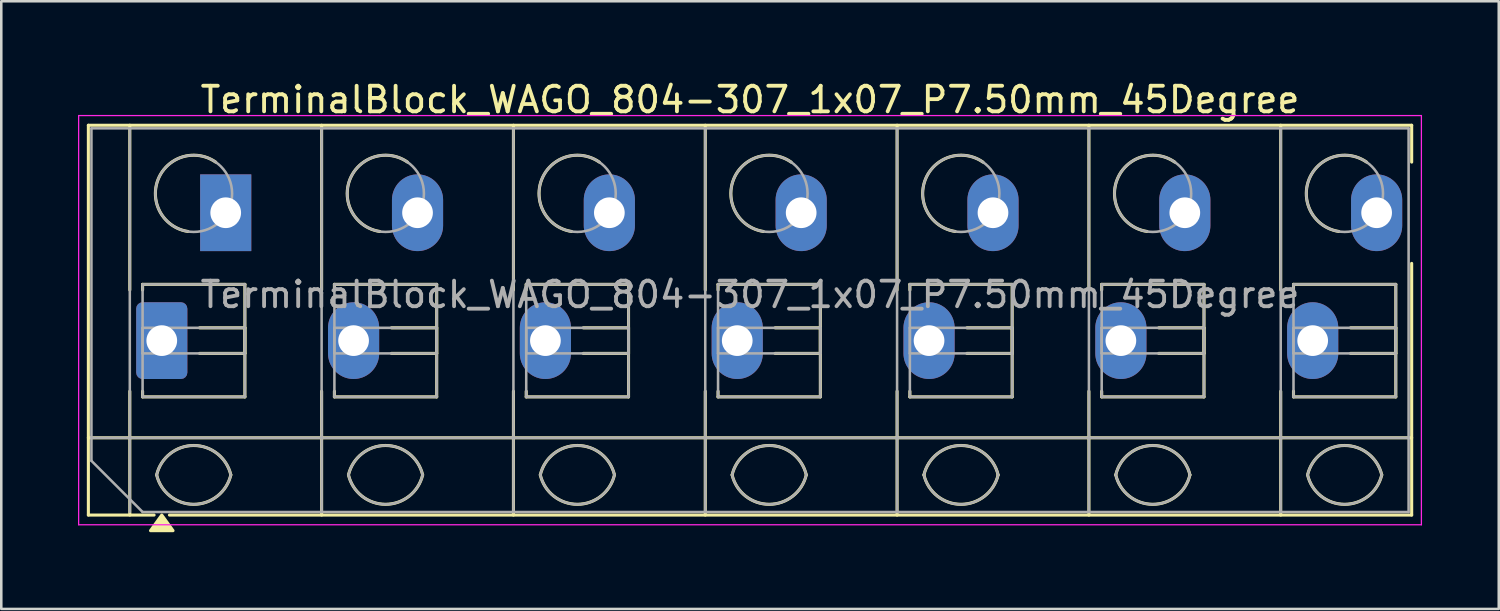
<source format=kicad_pcb>
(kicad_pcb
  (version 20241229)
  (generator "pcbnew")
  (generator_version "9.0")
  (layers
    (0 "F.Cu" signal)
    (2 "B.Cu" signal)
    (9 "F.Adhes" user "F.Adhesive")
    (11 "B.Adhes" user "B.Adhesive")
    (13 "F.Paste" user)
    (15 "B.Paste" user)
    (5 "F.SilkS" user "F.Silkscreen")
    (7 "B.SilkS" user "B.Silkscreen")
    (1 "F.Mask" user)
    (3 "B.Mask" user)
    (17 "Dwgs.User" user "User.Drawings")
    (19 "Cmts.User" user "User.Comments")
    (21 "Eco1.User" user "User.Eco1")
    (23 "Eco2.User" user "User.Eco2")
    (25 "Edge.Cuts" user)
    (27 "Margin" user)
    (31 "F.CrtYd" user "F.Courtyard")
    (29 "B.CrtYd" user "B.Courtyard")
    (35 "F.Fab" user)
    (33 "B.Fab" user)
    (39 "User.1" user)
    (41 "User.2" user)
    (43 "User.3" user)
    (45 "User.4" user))
  (footprint "TerminalBlock_WAGO_804-307_1x07_P7.50mm_45Degree"
    (layer "F.Cu")
    (at 3.275 10.268)
    (property "Reference" "TerminalBlock_WAGO_804-307_1x07_P7.50mm_45Degree" (at 23 -9.42 0) (layer "F.SilkS") (effects (font (size 1 1) (thickness 0.15))))
    (attr through_hole)
    (fp_line (start -2.87 -8.42) (end -2.87 6.82) (stroke (width 0.12) (type solid)) (layer "F.SilkS"))
    (fp_line (start -2.87 -8.42) (end 48.87 -8.42) (stroke (width 0.12) (type solid)) (layer "F.SilkS"))
    (fp_line (start -2.87 3.8) (end 48.87 3.8) (stroke (width 0.12) (type solid)) (layer "F.SilkS"))
    (fp_line (start -2.87 6.82) (end -0.3 6.82) (stroke (width 0.12) (type solid)) (layer "F.SilkS"))
    (fp_line (start -1.25 -8.42) (end -1.25 -1.98) (stroke (width 0.12) (type solid)) (layer "F.SilkS"))
    (fp_line (start -1.25 1.98) (end -1.25 6.82) (stroke (width 0.12) (type solid)) (layer "F.SilkS"))
    (fp_line (start -0.75 -2.2) (end -0.75 -1.98) (stroke (width 0.12) (type solid)) (layer "F.SilkS"))
    (fp_line (start -0.75 -2.2) (end 3.25 -2.2) (stroke (width 0.12) (type solid)) (layer "F.SilkS"))
    (fp_line (start -0.75 1.98) (end -0.75 2.2) (stroke (width 0.12) (type solid)) (layer "F.SilkS"))
    (fp_line (start -0.75 2.2) (end 3.25 2.2) (stroke (width 0.12) (type solid)) (layer "F.SilkS"))
    (fp_line (start 0.3 6.82) (end 48.87 6.82) (stroke (width 0.12) (type solid)) (layer "F.SilkS"))
    (fp_line (start 1.48 -0.5) (end 3.25 -0.5) (stroke (width 0.12) (type solid)) (layer "F.SilkS"))
    (fp_line (start 1.48 0.5) (end 3.25 0.5) (stroke (width 0.12) (type solid)) (layer "F.SilkS"))
    (fp_line (start 3.25 -2.2) (end 3.25 2.2) (stroke (width 0.12) (type solid)) (layer "F.SilkS"))
    (fp_line (start 3.25 -0.5) (end 3.25 0.5) (stroke (width 0.12) (type solid)) (layer "F.SilkS"))
    (fp_line (start 6.25 -8.42) (end 6.25 -1.98) (stroke (width 0.12) (type solid)) (layer "F.SilkS"))
    (fp_line (start 6.25 1.98) (end 6.25 6.82) (stroke (width 0.12) (type solid)) (layer "F.SilkS"))
    (fp_line (start 6.75 -2.2) (end 6.75 -1.98) (stroke (width 0.12) (type solid)) (layer "F.SilkS"))
    (fp_line (start 6.75 -2.2) (end 10.75 -2.2) (stroke (width 0.12) (type solid)) (layer "F.SilkS"))
    (fp_line (start 6.75 1.98) (end 6.75 2.2) (stroke (width 0.12) (type solid)) (layer "F.SilkS"))
    (fp_line (start 6.75 2.2) (end 10.75 2.2) (stroke (width 0.12) (type solid)) (layer "F.SilkS"))
    (fp_line (start 8.98 -0.5) (end 10.75 -0.5) (stroke (width 0.12) (type solid)) (layer "F.SilkS"))
    (fp_line (start 8.98 0.5) (end 10.75 0.5) (stroke (width 0.12) (type solid)) (layer "F.SilkS"))
    (fp_line (start 10.75 -2.2) (end 10.75 2.2) (stroke (width 0.12) (type solid)) (layer "F.SilkS"))
    (fp_line (start 10.75 -0.5) (end 10.75 0.5) (stroke (width 0.12) (type solid)) (layer "F.SilkS"))
    (fp_line (start 13.75 -8.42) (end 13.75 -1.98) (stroke (width 0.12) (type solid)) (layer "F.SilkS"))
    (fp_line (start 13.75 1.98) (end 13.75 6.82) (stroke (width 0.12) (type solid)) (layer "F.SilkS"))
    (fp_line (start 14.25 -2.2) (end 14.25 -1.98) (stroke (width 0.12) (type solid)) (layer "F.SilkS"))
    (fp_line (start 14.25 -2.2) (end 18.25 -2.2) (stroke (width 0.12) (type solid)) (layer "F.SilkS"))
    (fp_line (start 14.25 1.98) (end 14.25 2.2) (stroke (width 0.12) (type solid)) (layer "F.SilkS"))
    (fp_line (start 14.25 2.2) (end 18.25 2.2) (stroke (width 0.12) (type solid)) (layer "F.SilkS"))
    (fp_line (start 16.48 -0.5) (end 18.25 -0.5) (stroke (width 0.12) (type solid)) (layer "F.SilkS"))
    (fp_line (start 16.48 0.5) (end 18.25 0.5) (stroke (width 0.12) (type solid)) (layer "F.SilkS"))
    (fp_line (start 18.25 -2.2) (end 18.25 2.2) (stroke (width 0.12) (type solid)) (layer "F.SilkS"))
    (fp_line (start 18.25 -0.5) (end 18.25 0.5) (stroke (width 0.12) (type solid)) (layer "F.SilkS"))
    (fp_line (start 21.25 -8.42) (end 21.25 -1.98) (stroke (width 0.12) (type solid)) (layer "F.SilkS"))
    (fp_line (start 21.25 1.98) (end 21.25 6.82) (stroke (width 0.12) (type solid)) (layer "F.SilkS"))
    (fp_line (start 21.75 -2.2) (end 21.75 -1.98) (stroke (width 0.12) (type solid)) (layer "F.SilkS"))
    (fp_line (start 21.75 -2.2) (end 25.75 -2.2) (stroke (width 0.12) (type solid)) (layer "F.SilkS"))
    (fp_line (start 21.75 1.98) (end 21.75 2.2) (stroke (width 0.12) (type solid)) (layer "F.SilkS"))
    (fp_line (start 21.75 2.2) (end 25.75 2.2) (stroke (width 0.12) (type solid)) (layer "F.SilkS"))
    (fp_line (start 23.98 -0.5) (end 25.75 -0.5) (stroke (width 0.12) (type solid)) (layer "F.SilkS"))
    (fp_line (start 23.98 0.5) (end 25.75 0.5) (stroke (width 0.12) (type solid)) (layer "F.SilkS"))
    (fp_line (start 25.75 -2.2) (end 25.75 2.2) (stroke (width 0.12) (type solid)) (layer "F.SilkS"))
    (fp_line (start 25.75 -0.5) (end 25.75 0.5) (stroke (width 0.12) (type solid)) (layer "F.SilkS"))
    (fp_line (start 28.75 -8.42) (end 28.75 -1.98) (stroke (width 0.12) (type solid)) (layer "F.SilkS"))
    (fp_line (start 28.75 1.98) (end 28.75 6.82) (stroke (width 0.12) (type solid)) (layer "F.SilkS"))
    (fp_line (start 29.25 -2.2) (end 29.25 -1.98) (stroke (width 0.12) (type solid)) (layer "F.SilkS"))
    (fp_line (start 29.25 -2.2) (end 33.25 -2.2) (stroke (width 0.12) (type solid)) (layer "F.SilkS"))
    (fp_line (start 29.25 1.98) (end 29.25 2.2) (stroke (width 0.12) (type solid)) (layer "F.SilkS"))
    (fp_line (start 29.25 2.2) (end 33.25 2.2) (stroke (width 0.12) (type solid)) (layer "F.SilkS"))
    (fp_line (start 31.48 -0.5) (end 33.25 -0.5) (stroke (width 0.12) (type solid)) (layer "F.SilkS"))
    (fp_line (start 31.48 0.5) (end 33.25 0.5) (stroke (width 0.12) (type solid)) (layer "F.SilkS"))
    (fp_line (start 33.25 -2.2) (end 33.25 2.2) (stroke (width 0.12) (type solid)) (layer "F.SilkS"))
    (fp_line (start 33.25 -0.5) (end 33.25 0.5) (stroke (width 0.12) (type solid)) (layer "F.SilkS"))
    (fp_line (start 36.25 -8.42) (end 36.25 -1.98) (stroke (width 0.12) (type solid)) (layer "F.SilkS"))
    (fp_line (start 36.25 1.98) (end 36.25 6.82) (stroke (width 0.12) (type solid)) (layer "F.SilkS"))
    (fp_line (start 36.75 -2.2) (end 36.75 -1.98) (stroke (width 0.12) (type solid)) (layer "F.SilkS"))
    (fp_line (start 36.75 -2.2) (end 40.75 -2.2) (stroke (width 0.12) (type solid)) (layer "F.SilkS"))
    (fp_line (start 36.75 1.98) (end 36.75 2.2) (stroke (width 0.12) (type solid)) (layer "F.SilkS"))
    (fp_line (start 36.75 2.2) (end 40.75 2.2) (stroke (width 0.12) (type solid)) (layer "F.SilkS"))
    (fp_line (start 38.98 -0.5) (end 40.75 -0.5) (stroke (width 0.12) (type solid)) (layer "F.SilkS"))
    (fp_line (start 38.98 0.5) (end 40.75 0.5) (stroke (width 0.12) (type solid)) (layer "F.SilkS"))
    (fp_line (start 40.75 -2.2) (end 40.75 2.2) (stroke (width 0.12) (type solid)) (layer "F.SilkS"))
    (fp_line (start 40.75 -0.5) (end 40.75 0.5) (stroke (width 0.12) (type solid)) (layer "F.SilkS"))
    (fp_line (start 43.75 -8.42) (end 43.75 -1.98) (stroke (width 0.12) (type solid)) (layer "F.SilkS"))
    (fp_line (start 43.75 1.98) (end 43.75 6.82) (stroke (width 0.12) (type solid)) (layer "F.SilkS"))
    (fp_line (start 44.25 -2.2) (end 44.25 -1.98) (stroke (width 0.12) (type solid)) (layer "F.SilkS"))
    (fp_line (start 44.25 -2.2) (end 48.25 -2.2) (stroke (width 0.12) (type solid)) (layer "F.SilkS"))
    (fp_line (start 44.25 1.98) (end 44.25 2.2) (stroke (width 0.12) (type solid)) (layer "F.SilkS"))
    (fp_line (start 44.25 2.2) (end 48.25 2.2) (stroke (width 0.12) (type solid)) (layer "F.SilkS"))
    (fp_line (start 46.48 -0.5) (end 48.25 -0.5) (stroke (width 0.12) (type solid)) (layer "F.SilkS"))
    (fp_line (start 46.48 0.5) (end 48.25 0.5) (stroke (width 0.12) (type solid)) (layer "F.SilkS"))
    (fp_line (start 48.25 -2.2) (end 48.25 2.2) (stroke (width 0.12) (type solid)) (layer "F.SilkS"))
    (fp_line (start 48.25 -0.5) (end 48.25 0.5) (stroke (width 0.12) (type solid)) (layer "F.SilkS"))
    (fp_line (start 48.87 -8.42) (end 48.87 -6.98) (stroke (width 0.12) (type solid)) (layer "F.SilkS"))
    (fp_line (start 48.87 -3.02) (end 48.87 6.82) (stroke (width 0.12) (type solid)) (layer "F.SilkS"))
    (fp_arc (start -0.199942 5.249753) (mid 1.250127 4.099899) (end 2.7 5.25) (stroke (width 0.12) (type solid)) (layer "F.SilkS"))
    (fp_arc (start 1.02 -4.268) (mid -0.141815 -6.308637) (end 2.10843 -6.979765) (stroke (width 0.12) (type solid)) (layer "F.SilkS"))
    (fp_arc (start 2.7 5.25) (mid 1.250127 6.400101) (end -0.199942 5.250247) (stroke (width 0.12) (type solid)) (layer "F.SilkS"))
    (fp_arc (start 7.300058 5.249753) (mid 8.750127 4.099899) (end 10.2 5.25) (stroke (width 0.12) (type solid)) (layer "F.SilkS"))
    (fp_arc (start 8.52 -4.268) (mid 7.358185 -6.308637) (end 9.60843 -6.979765) (stroke (width 0.12) (type solid)) (layer "F.SilkS"))
    (fp_arc (start 10.2 5.25) (mid 8.750127 6.400101) (end 7.300058 5.250247) (stroke (width 0.12) (type solid)) (layer "F.SilkS"))
    (fp_arc (start 14.800058 5.249753) (mid 16.250127 4.099899) (end 17.7 5.25) (stroke (width 0.12) (type solid)) (layer "F.SilkS"))
    (fp_arc (start 16.02 -4.268) (mid 14.858185 -6.308637) (end 17.10843 -6.979765) (stroke (width 0.12) (type solid)) (layer "F.SilkS"))
    (fp_arc (start 17.7 5.25) (mid 16.250127 6.400101) (end 14.800058 5.250247) (stroke (width 0.12) (type solid)) (layer "F.SilkS"))
    (fp_arc (start 22.300058 5.249753) (mid 23.750127 4.099899) (end 25.2 5.25) (stroke (width 0.12) (type solid)) (layer "F.SilkS"))
    (fp_arc (start 23.52 -4.268) (mid 22.358185 -6.308637) (end 24.60843 -6.979765) (stroke (width 0.12) (type solid)) (layer "F.SilkS"))
    (fp_arc (start 25.2 5.25) (mid 23.750127 6.400101) (end 22.300058 5.250247) (stroke (width 0.12) (type solid)) (layer "F.SilkS"))
    (fp_arc (start 29.800058 5.249753) (mid 31.250127 4.099899) (end 32.7 5.25) (stroke (width 0.12) (type solid)) (layer "F.SilkS"))
    (fp_arc (start 31.02 -4.268) (mid 29.858185 -6.308637) (end 32.10843 -6.979765) (stroke (width 0.12) (type solid)) (layer "F.SilkS"))
    (fp_arc (start 32.7 5.25) (mid 31.250127 6.400101) (end 29.800058 5.250247) (stroke (width 0.12) (type solid)) (layer "F.SilkS"))
    (fp_arc (start 37.300058 5.249753) (mid 38.750127 4.099899) (end 40.2 5.25) (stroke (width 0.12) (type solid)) (layer "F.SilkS"))
    (fp_arc (start 38.52 -4.268) (mid 37.358185 -6.308637) (end 39.60843 -6.979765) (stroke (width 0.12) (type solid)) (layer "F.SilkS"))
    (fp_arc (start 40.2 5.25) (mid 38.750127 6.400101) (end 37.300058 5.250247) (stroke (width 0.12) (type solid)) (layer "F.SilkS"))
    (fp_arc (start 44.800058 5.249753) (mid 46.250127 4.099899) (end 47.7 5.25) (stroke (width 0.12) (type solid)) (layer "F.SilkS"))
    (fp_arc (start 46.02 -4.268) (mid 44.858185 -6.308637) (end 47.10843 -6.979765) (stroke (width 0.12) (type solid)) (layer "F.SilkS"))
    (fp_arc (start 47.7 5.25) (mid 46.250127 6.400101) (end 44.800058 5.250247) (stroke (width 0.12) (type solid)) (layer "F.SilkS"))
    (fp_poly (pts (xy 0 6.82) (xy 0.44 7.43) (xy -0.44 7.43)) (stroke (width 0.12) (type solid)) (fill yes) (layer "F.SilkS"))
    (fp_line (start -3.25 -8.8) (end -3.25 7.2) (stroke (width 0.05) (type solid)) (layer "F.CrtYd"))
    (fp_line (start -3.25 7.2) (end 49.25 7.2) (stroke (width 0.05) (type solid)) (layer "F.CrtYd"))
    (fp_line (start 49.25 -8.8) (end -3.25 -8.8) (stroke (width 0.05) (type solid)) (layer "F.CrtYd"))
    (fp_line (start 49.25 7.2) (end 49.25 -8.8) (stroke (width 0.05) (type solid)) (layer "F.CrtYd"))
    (fp_line (start -2.75 -8.3) (end 48.75 -8.3) (stroke (width 0.1) (type solid)) (layer "F.Fab"))
    (fp_line (start -2.75 3.8) (end 48.75 3.8) (stroke (width 0.1) (type solid)) (layer "F.Fab"))
    (fp_line (start -2.75 4.7) (end -2.75 -8.3) (stroke (width 0.1) (type solid)) (layer "F.Fab"))
    (fp_line (start -1.25 -8.3) (end -1.25 6.7) (stroke (width 0.1) (type solid)) (layer "F.Fab"))
    (fp_line (start -0.75 -2.2) (end -0.75 2.2) (stroke (width 0.1) (type solid)) (layer "F.Fab"))
    (fp_line (start -0.75 -0.5) (end -0.75 0.5) (stroke (width 0.1) (type solid)) (layer "F.Fab"))
    (fp_line (start -0.75 0.5) (end 3.25 0.5) (stroke (width 0.1) (type solid)) (layer "F.Fab"))
    (fp_line (start -0.75 2.2) (end 3.25 2.2) (stroke (width 0.1) (type solid)) (layer "F.Fab"))
    (fp_line (start -0.75 6.7) (end -2.75 4.7) (stroke (width 0.1) (type solid)) (layer "F.Fab"))
    (fp_line (start 3.25 -2.2) (end -0.75 -2.2) (stroke (width 0.1) (type solid)) (layer "F.Fab"))
    (fp_line (start 3.25 -0.5) (end -0.75 -0.5) (stroke (width 0.1) (type solid)) (layer "F.Fab"))
    (fp_line (start 3.25 0.5) (end 3.25 -0.5) (stroke (width 0.1) (type solid)) (layer "F.Fab"))
    (fp_line (start 3.25 2.2) (end 3.25 -2.2) (stroke (width 0.1) (type solid)) (layer "F.Fab"))
    (fp_line (start 6.25 -8.3) (end 6.25 6.7) (stroke (width 0.1) (type solid)) (layer "F.Fab"))
    (fp_line (start 6.75 -2.2) (end 6.75 2.2) (stroke (width 0.1) (type solid)) (layer "F.Fab"))
    (fp_line (start 6.75 -0.5) (end 6.75 0.5) (stroke (width 0.1) (type solid)) (layer "F.Fab"))
    (fp_line (start 6.75 0.5) (end 10.75 0.5) (stroke (width 0.1) (type solid)) (layer "F.Fab"))
    (fp_line (start 6.75 2.2) (end 10.75 2.2) (stroke (width 0.1) (type solid)) (layer "F.Fab"))
    (fp_line (start 10.75 -2.2) (end 6.75 -2.2) (stroke (width 0.1) (type solid)) (layer "F.Fab"))
    (fp_line (start 10.75 -0.5) (end 6.75 -0.5) (stroke (width 0.1) (type solid)) (layer "F.Fab"))
    (fp_line (start 10.75 0.5) (end 10.75 -0.5) (stroke (width 0.1) (type solid)) (layer "F.Fab"))
    (fp_line (start 10.75 2.2) (end 10.75 -2.2) (stroke (width 0.1) (type solid)) (layer "F.Fab"))
    (fp_line (start 13.75 -8.3) (end 13.75 6.7) (stroke (width 0.1) (type solid)) (layer "F.Fab"))
    (fp_line (start 14.25 -2.2) (end 14.25 2.2) (stroke (width 0.1) (type solid)) (layer "F.Fab"))
    (fp_line (start 14.25 -0.5) (end 14.25 0.5) (stroke (width 0.1) (type solid)) (layer "F.Fab"))
    (fp_line (start 14.25 0.5) (end 18.25 0.5) (stroke (width 0.1) (type solid)) (layer "F.Fab"))
    (fp_line (start 14.25 2.2) (end 18.25 2.2) (stroke (width 0.1) (type solid)) (layer "F.Fab"))
    (fp_line (start 18.25 -2.2) (end 14.25 -2.2) (stroke (width 0.1) (type solid)) (layer "F.Fab"))
    (fp_line (start 18.25 -0.5) (end 14.25 -0.5) (stroke (width 0.1) (type solid)) (layer "F.Fab"))
    (fp_line (start 18.25 0.5) (end 18.25 -0.5) (stroke (width 0.1) (type solid)) (layer "F.Fab"))
    (fp_line (start 18.25 2.2) (end 18.25 -2.2) (stroke (width 0.1) (type solid)) (layer "F.Fab"))
    (fp_line (start 21.25 -8.3) (end 21.25 6.7) (stroke (width 0.1) (type solid)) (layer "F.Fab"))
    (fp_line (start 21.75 -2.2) (end 21.75 2.2) (stroke (width 0.1) (type solid)) (layer "F.Fab"))
    (fp_line (start 21.75 -0.5) (end 21.75 0.5) (stroke (width 0.1) (type solid)) (layer "F.Fab"))
    (fp_line (start 21.75 0.5) (end 25.75 0.5) (stroke (width 0.1) (type solid)) (layer "F.Fab"))
    (fp_line (start 21.75 2.2) (end 25.75 2.2) (stroke (width 0.1) (type solid)) (layer "F.Fab"))
    (fp_line (start 25.75 -2.2) (end 21.75 -2.2) (stroke (width 0.1) (type solid)) (layer "F.Fab"))
    (fp_line (start 25.75 -0.5) (end 21.75 -0.5) (stroke (width 0.1) (type solid)) (layer "F.Fab"))
    (fp_line (start 25.75 0.5) (end 25.75 -0.5) (stroke (width 0.1) (type solid)) (layer "F.Fab"))
    (fp_line (start 25.75 2.2) (end 25.75 -2.2) (stroke (width 0.1) (type solid)) (layer "F.Fab"))
    (fp_line (start 28.75 -8.3) (end 28.75 6.7) (stroke (width 0.1) (type solid)) (layer "F.Fab"))
    (fp_line (start 29.25 -2.2) (end 29.25 2.2) (stroke (width 0.1) (type solid)) (layer "F.Fab"))
    (fp_line (start 29.25 -0.5) (end 29.25 0.5) (stroke (width 0.1) (type solid)) (layer "F.Fab"))
    (fp_line (start 29.25 0.5) (end 33.25 0.5) (stroke (width 0.1) (type solid)) (layer "F.Fab"))
    (fp_line (start 29.25 2.2) (end 33.25 2.2) (stroke (width 0.1) (type solid)) (layer "F.Fab"))
    (fp_line (start 33.25 -2.2) (end 29.25 -2.2) (stroke (width 0.1) (type solid)) (layer "F.Fab"))
    (fp_line (start 33.25 -0.5) (end 29.25 -0.5) (stroke (width 0.1) (type solid)) (layer "F.Fab"))
    (fp_line (start 33.25 0.5) (end 33.25 -0.5) (stroke (width 0.1) (type solid)) (layer "F.Fab"))
    (fp_line (start 33.25 2.2) (end 33.25 -2.2) (stroke (width 0.1) (type solid)) (layer "F.Fab"))
    (fp_line (start 36.25 -8.3) (end 36.25 6.7) (stroke (width 0.1) (type solid)) (layer "F.Fab"))
    (fp_line (start 36.75 -2.2) (end 36.75 2.2) (stroke (width 0.1) (type solid)) (layer "F.Fab"))
    (fp_line (start 36.75 -0.5) (end 36.75 0.5) (stroke (width 0.1) (type solid)) (layer "F.Fab"))
    (fp_line (start 36.75 0.5) (end 40.75 0.5) (stroke (width 0.1) (type solid)) (layer "F.Fab"))
    (fp_line (start 36.75 2.2) (end 40.75 2.2) (stroke (width 0.1) (type solid)) (layer "F.Fab"))
    (fp_line (start 40.75 -2.2) (end 36.75 -2.2) (stroke (width 0.1) (type solid)) (layer "F.Fab"))
    (fp_line (start 40.75 -0.5) (end 36.75 -0.5) (stroke (width 0.1) (type solid)) (layer "F.Fab"))
    (fp_line (start 40.75 0.5) (end 40.75 -0.5) (stroke (width 0.1) (type solid)) (layer "F.Fab"))
    (fp_line (start 40.75 2.2) (end 40.75 -2.2) (stroke (width 0.1) (type solid)) (layer "F.Fab"))
    (fp_line (start 43.75 -8.3) (end 43.75 6.7) (stroke (width 0.1) (type solid)) (layer "F.Fab"))
    (fp_line (start 44.25 -2.2) (end 44.25 2.2) (stroke (width 0.1) (type solid)) (layer "F.Fab"))
    (fp_line (start 44.25 -0.5) (end 44.25 0.5) (stroke (width 0.1) (type solid)) (layer "F.Fab"))
    (fp_line (start 44.25 0.5) (end 48.25 0.5) (stroke (width 0.1) (type solid)) (layer "F.Fab"))
    (fp_line (start 44.25 2.2) (end 48.25 2.2) (stroke (width 0.1) (type solid)) (layer "F.Fab"))
    (fp_line (start 48.25 -2.2) (end 44.25 -2.2) (stroke (width 0.1) (type solid)) (layer "F.Fab"))
    (fp_line (start 48.25 -0.5) (end 44.25 -0.5) (stroke (width 0.1) (type solid)) (layer "F.Fab"))
    (fp_line (start 48.25 0.5) (end 48.25 -0.5) (stroke (width 0.1) (type solid)) (layer "F.Fab"))
    (fp_line (start 48.25 2.2) (end 48.25 -2.2) (stroke (width 0.1) (type solid)) (layer "F.Fab"))
    (fp_line (start 48.75 -8.3) (end 48.75 6.7) (stroke (width 0.1) (type solid)) (layer "F.Fab"))
    (fp_line (start 48.75 6.7) (end -0.75 6.7) (stroke (width 0.1) (type solid)) (layer "F.Fab"))
    (fp_arc (start -0.200386 5.251649) (mid 1.249153 4.100672) (end 2.7 5.25) (stroke (width 0.1) (type solid)) (layer "F.Fab"))
    (fp_arc (start 2.7 5.25) (mid 1.250127 6.400101) (end -0.199942 5.250247) (stroke (width 0.1) (type solid)) (layer "F.Fab"))
    (fp_arc (start 7.299614 5.251649) (mid 8.749153 4.100672) (end 10.2 5.25) (stroke (width 0.1) (type solid)) (layer "F.Fab"))
    (fp_arc (start 10.2 5.25) (mid 8.750127 6.400101) (end 7.300058 5.250247) (stroke (width 0.1) (type solid)) (layer "F.Fab"))
    (fp_arc (start 14.799614 5.251649) (mid 16.249153 4.100672) (end 17.7 5.25) (stroke (width 0.1) (type solid)) (layer "F.Fab"))
    (fp_arc (start 17.7 5.25) (mid 16.250127 6.400101) (end 14.800058 5.250247) (stroke (width 0.1) (type solid)) (layer "F.Fab"))
    (fp_arc (start 22.299614 5.251649) (mid 23.749153 4.100672) (end 25.2 5.25) (stroke (width 0.1) (type solid)) (layer "F.Fab"))
    (fp_arc (start 25.2 5.25) (mid 23.750127 6.400101) (end 22.300058 5.250247) (stroke (width 0.1) (type solid)) (layer "F.Fab"))
    (fp_arc (start 29.798718 5.251205) (mid 31.249381 4.099698) (end 32.701 5.25) (stroke (width 0.1) (type solid)) (layer "F.Fab"))
    (fp_arc (start 32.701 5.25) (mid 31.250355 6.401074) (end 29.799162 5.250691) (stroke (width 0.1) (type solid)) (layer "F.Fab"))
    (fp_arc (start 37.299614 5.251649) (mid 38.749153 4.100672) (end 40.2 5.25) (stroke (width 0.1) (type solid)) (layer "F.Fab"))
    (fp_arc (start 40.2 5.25) (mid 38.750127 6.400101) (end 37.300058 5.250247) (stroke (width 0.1) (type solid)) (layer "F.Fab"))
    (fp_arc (start 44.799614 5.251649) (mid 46.249153 4.100672) (end 47.7 5.25) (stroke (width 0.1) (type solid)) (layer "F.Fab"))
    (fp_arc (start 47.7 5.25) (mid 46.250127 6.400101) (end 44.800058 5.250247) (stroke (width 0.1) (type solid)) (layer "F.Fab"))
    (fp_circle (center 1.25 -5.75) (end 2.75 -5.75) (stroke (width 0.1) (type solid)) (fill no) (layer "F.Fab"))
    (fp_circle (center 8.75 -5.75) (end 10.25 -5.75) (stroke (width 0.1) (type solid)) (fill no) (layer "F.Fab"))
    (fp_circle (center 16.25 -5.75) (end 17.75 -5.75) (stroke (width 0.1) (type solid)) (fill no) (layer "F.Fab"))
    (fp_circle (center 23.75 -5.75) (end 25.25 -5.75) (stroke (width 0.1) (type solid)) (fill no) (layer "F.Fab"))
    (fp_circle (center 31.25 -5.75) (end 32.75 -5.75) (stroke (width 0.1) (type solid)) (fill no) (layer "F.Fab"))
    (fp_circle (center 38.75 -5.75) (end 40.25 -5.75) (stroke (width 0.1) (type solid)) (fill no) (layer "F.Fab"))
    (fp_circle (center 46.25 -5.75) (end 47.75 -5.75) (stroke (width 0.1) (type solid)) (fill no) (layer "F.Fab"))
    (fp_text user "${REFERENCE}" (at 23 -1.8 0) (layer "F.Fab") (effects (font (size 1 1) (thickness 0.15))))
    (pad "1" thru_hole roundrect (at 0 0) (size 2 3) (drill 1.2) (layers "*.Cu" "*.Mask") (roundrect_rratio 0.125))
    (pad "1" thru_hole rect (at 2.5 -5) (size 2 3) (drill 1.2) (layers "*.Cu" "*.Mask"))
    (pad "2" thru_hole oval (at 7.5 0) (size 2 3) (drill 1.2) (layers "*.Cu" "*.Mask"))
    (pad "2" thru_hole oval (at 10 -5) (size 2 3) (drill 1.2) (layers "*.Cu" "*.Mask"))
    (pad "3" thru_hole oval (at 15 0) (size 2 3) (drill 1.2) (layers "*.Cu" "*.Mask"))
    (pad "3" thru_hole oval (at 17.5 -5) (size 2 3) (drill 1.2) (layers "*.Cu" "*.Mask"))
    (pad "4" thru_hole oval (at 22.5 0) (size 2 3) (drill 1.2) (layers "*.Cu" "*.Mask"))
    (pad "4" thru_hole oval (at 25 -5) (size 2 3) (drill 1.2) (layers "*.Cu" "*.Mask"))
    (pad "5" thru_hole oval (at 30 0) (size 2 3) (drill 1.2) (layers "*.Cu" "*.Mask"))
    (pad "5" thru_hole oval (at 32.5 -5) (size 2 3) (drill 1.2) (layers "*.Cu" "*.Mask"))
    (pad "6" thru_hole oval (at 37.5 0) (size 2 3) (drill 1.2) (layers "*.Cu" "*.Mask"))
    (pad "6" thru_hole oval (at 40 -5) (size 2 3) (drill 1.2) (layers "*.Cu" "*.Mask"))
    (pad "7" thru_hole oval (at 45 0) (size 2 3) (drill 1.2) (layers "*.Cu" "*.Mask"))
    (pad "7" thru_hole oval (at 47.5 -5) (size 2 3) (drill 1.2) (layers "*.Cu" "*.Mask")))
  (gr_rect
    (start -3 -3)
    (end 55.55 20.758)
    (stroke (width 0.1) (type default))
    (fill no)
    (layer "Edge.Cuts")))
</source>
